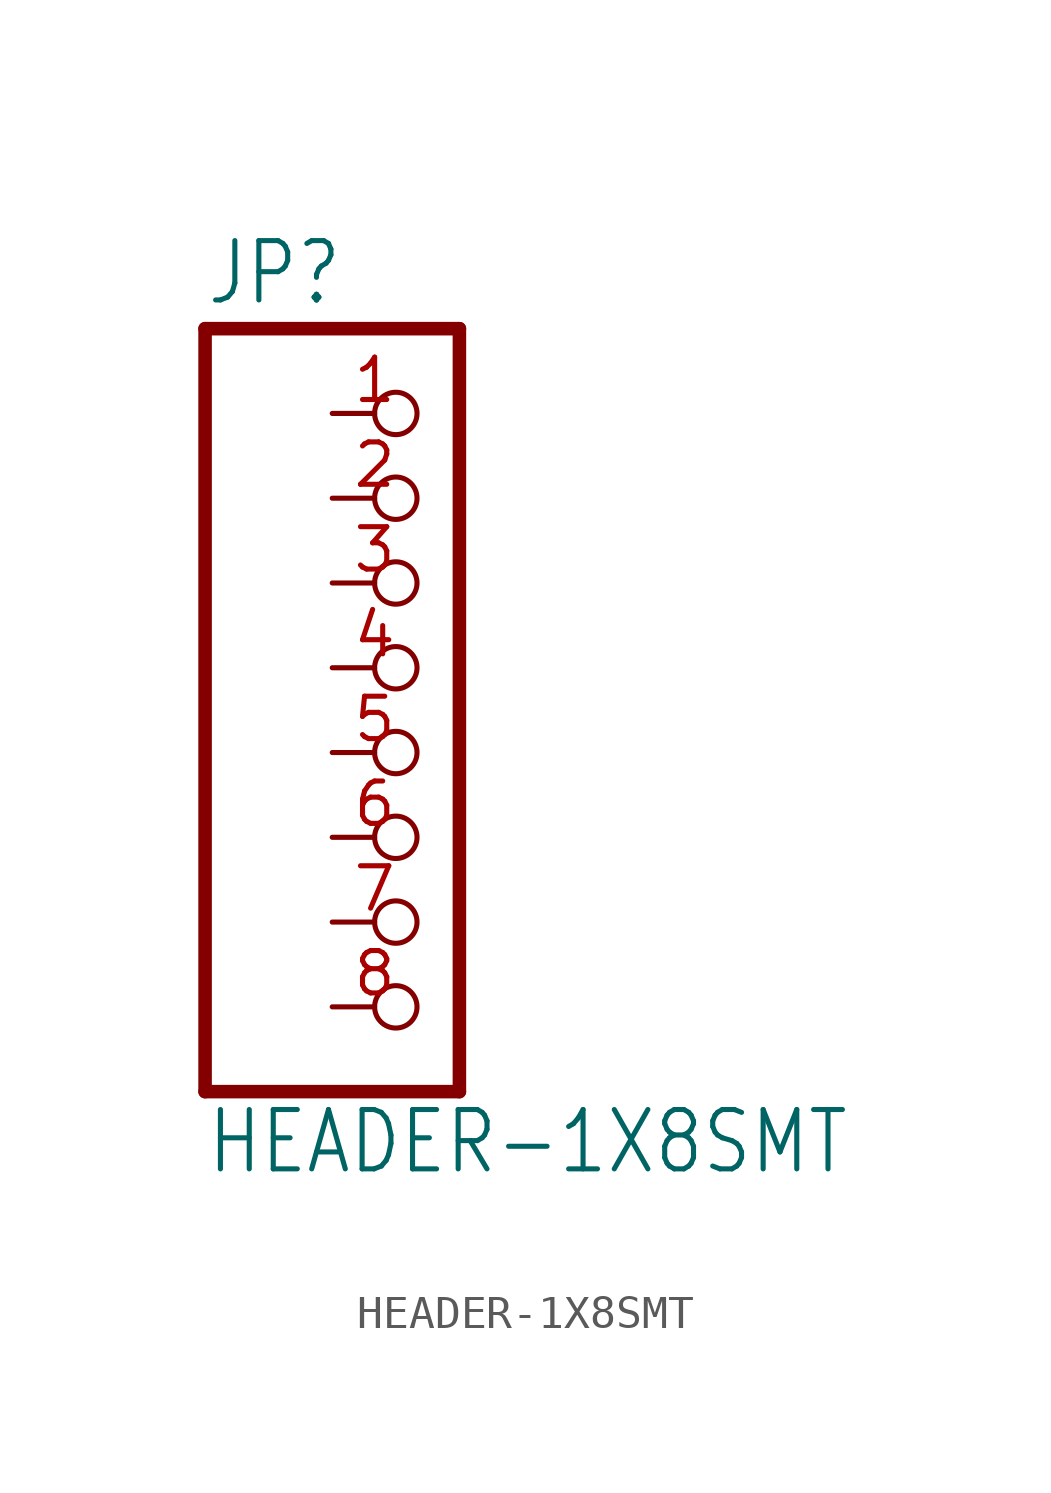
<source format=kicad_sym>
(kicad_symbol_lib
  (version 20201005)
  (generator kicad_symbol_editor)
  (symbol "HEADER-1X8SMT"
    (property "Reference" "JP"
      (at -6.35 13.335 0)
      (effects (font (size 1.778 1.511)) (justify left bottom)))
    (property "Value" "HEADER-1X8SMT"
      (at -6.35 -12.7 0)
      (effects (font (size 1.778 1.511)) (justify left bottom)))
    (property "ki_locked" ""
      (at 0 0 0)
      (effects (font (size 1.27 1.27))))
    (symbol "HEADER-1X8SMT_1_0"
      (polyline (pts (xy -6.35 -10.16) (xy 1.27 -10.16)) (stroke (width 0.406)) (fill (type none)))
      (polyline (pts (xy -6.35 12.7) (xy -6.35 -10.16)) (stroke (width 0.406)) (fill (type none)))
      (polyline (pts (xy 1.27 -10.16) (xy 1.27 12.7)) (stroke (width 0.406)) (fill (type none)))
      (polyline (pts (xy 1.27 12.7) (xy -6.35 12.7)) (stroke (width 0.406)) (fill (type none)))
      (pin passive inverted (at -2.54 10.16 0) (length 2.54) (name "1" (effects (font (size 0 0)))) (number "1" (effects (font (size 1.27 1.27)))))
      (pin passive inverted (at -2.54 7.62 0) (length 2.54) (name "2" (effects (font (size 0 0)))) (number "2" (effects (font (size 1.27 1.27)))))
      (pin passive inverted (at -2.54 5.08 0) (length 2.54) (name "3" (effects (font (size 0 0)))) (number "3" (effects (font (size 1.27 1.27)))))
      (pin passive inverted (at -2.54 2.54 0) (length 2.54) (name "4" (effects (font (size 0 0)))) (number "4" (effects (font (size 1.27 1.27)))))
      (pin passive inverted (at -2.54 0 0) (length 2.54) (name "5" (effects (font (size 0 0)))) (number "5" (effects (font (size 1.27 1.27)))))
      (pin passive inverted (at -2.54 -2.54 0) (length 2.54) (name "6" (effects (font (size 0 0)))) (number "6" (effects (font (size 1.27 1.27)))))
      (pin passive inverted (at -2.54 -5.08 0) (length 2.54) (name "7" (effects (font (size 0 0)))) (number "7" (effects (font (size 1.27 1.27)))))
      (pin passive inverted (at -2.54 -7.62 0) (length 2.54) (name "8" (effects (font (size 0 0)))) (number "8" (effects (font (size 1.27 1.27))))))))
</source>
